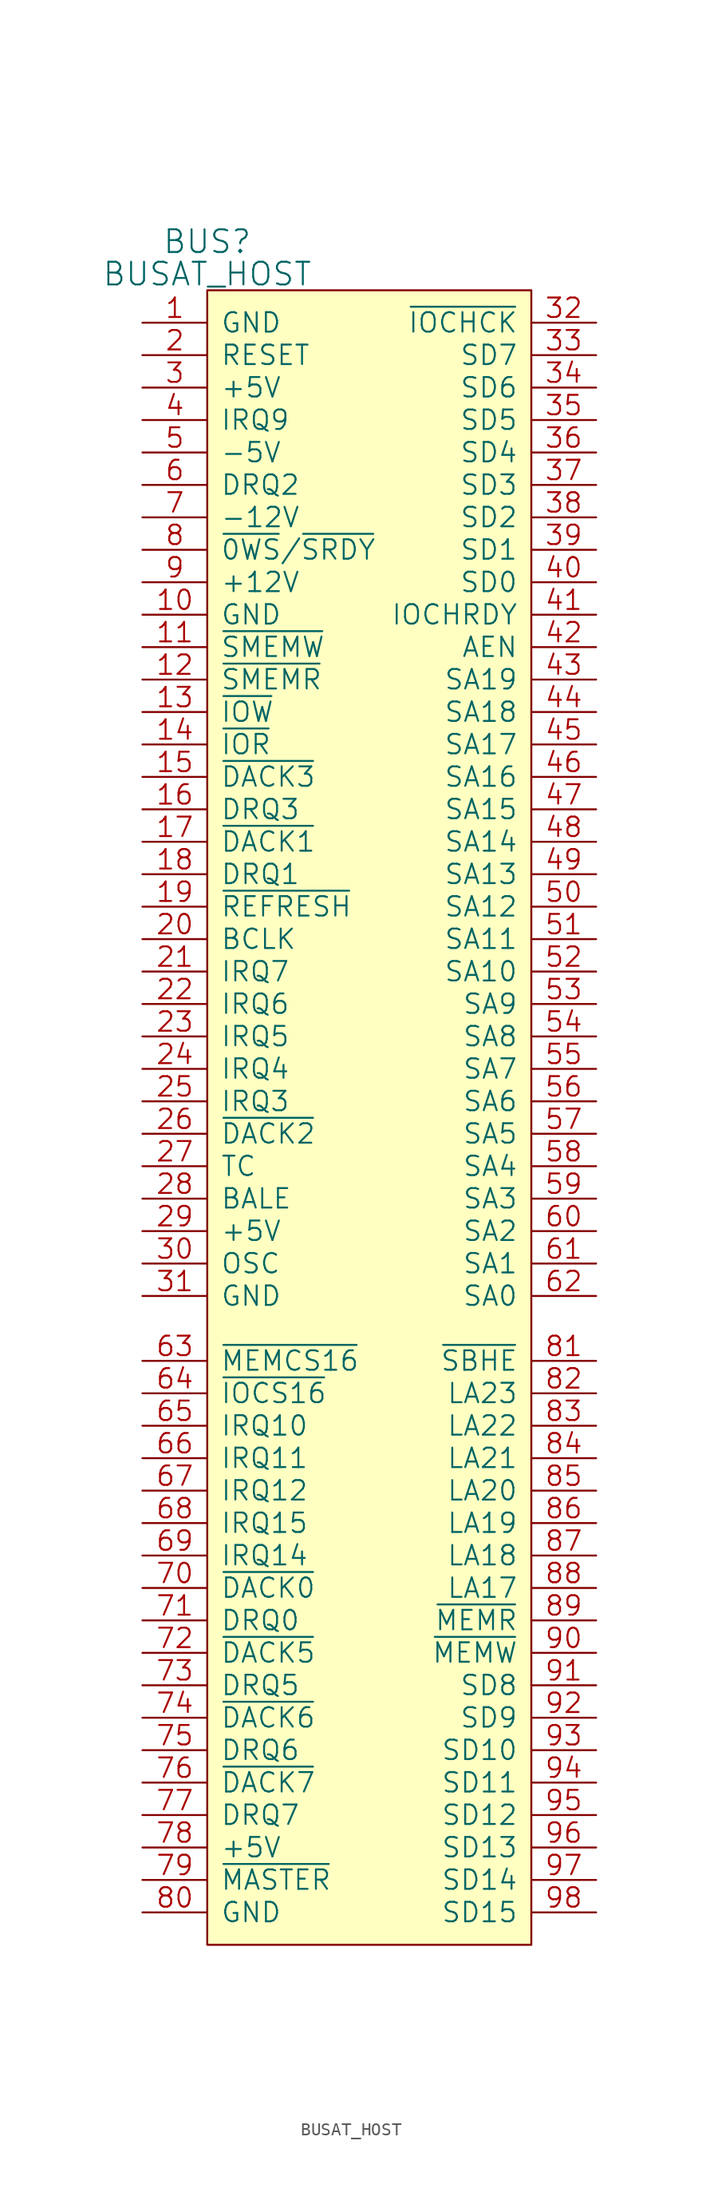
<source format=kicad_sym>
(kicad_symbol_lib
  (version 20211014)
  (generator kicad_symbol_editor)
  (symbol "BUSAT_HOST"
    (pin_names
      (offset 1.016))
    (property "Reference" "BUS"
      (at -12.7 68.58 0)
      (effects (font (size 1.778 1.778))))
    (property "Value" "BUSAT_HOST"
      (at -12.7 66.04 0)
      (effects (font (size 1.778 1.778))))
    (property "Footprint" ""
      (at 0 0 0)
      (effects (font (size 1.524 1.524))))
    (property "Datasheet" ""
      (at 0 0 0)
      (effects (font (size 1.524 1.524))))
    (symbol "BUSAT_HOST_0_1"
      (rectangle (start -12.7 -64.77) (end 12.7 64.77) (stroke (width 0) (type default) (color 0 0 0 0)) (fill (type background))))
    (symbol "BUSAT_HOST_1_1"
      (pin power_in line (at -17.78 62.23 0) (length 5.08) (name "GND" (effects (font (size 1.524 1.524)))) (number "1" (effects (font (size 1.524 1.524)))))
      (pin power_in line (at -17.78 39.37 0) (length 5.08) (name "GND" (effects (font (size 1.524 1.524)))) (number "10" (effects (font (size 1.524 1.524)))))
      (pin input line (at -17.78 36.83 0) (length 5.08) (name "~{SMEMW}" (effects (font (size 1.524 1.524)))) (number "11" (effects (font (size 1.524 1.524)))))
      (pin input line (at -17.78 34.29 0) (length 5.08) (name "~{SMEMR}" (effects (font (size 1.524 1.524)))) (number "12" (effects (font (size 1.524 1.524)))))
      (pin input line (at -17.78 31.75 0) (length 5.08) (name "~{IOW}" (effects (font (size 1.524 1.524)))) (number "13" (effects (font (size 1.524 1.524)))))
      (pin input line (at -17.78 29.21 0) (length 5.08) (name "~{IOR}" (effects (font (size 1.524 1.524)))) (number "14" (effects (font (size 1.524 1.524)))))
      (pin input line (at -17.78 26.67 0) (length 5.08) (name "~{DACK3}" (effects (font (size 1.524 1.524)))) (number "15" (effects (font (size 1.524 1.524)))))
      (pin open_collector line (at -17.78 24.13 0) (length 5.08) (name "DRQ3" (effects (font (size 1.524 1.524)))) (number "16" (effects (font (size 1.524 1.524)))))
      (pin input line (at -17.78 21.59 0) (length 5.08) (name "~{DACK1}" (effects (font (size 1.524 1.524)))) (number "17" (effects (font (size 1.524 1.524)))))
      (pin open_collector line (at -17.78 19.05 0) (length 5.08) (name "DRQ1" (effects (font (size 1.524 1.524)))) (number "18" (effects (font (size 1.524 1.524)))))
      (pin input line (at -17.78 16.51 0) (length 5.08) (name "~{REFRESH}" (effects (font (size 1.524 1.524)))) (number "19" (effects (font (size 1.524 1.524)))))
      (pin input line (at -17.78 59.69 0) (length 5.08) (name "RESET" (effects (font (size 1.524 1.524)))) (number "2" (effects (font (size 1.524 1.524)))))
      (pin input line (at -17.78 13.97 0) (length 5.08) (name "BCLK" (effects (font (size 1.524 1.524)))) (number "20" (effects (font (size 1.524 1.524)))))
      (pin open_collector line (at -17.78 11.43 0) (length 5.08) (name "IRQ7" (effects (font (size 1.524 1.524)))) (number "21" (effects (font (size 1.524 1.524)))))
      (pin open_collector line (at -17.78 8.89 0) (length 5.08) (name "IRQ6" (effects (font (size 1.524 1.524)))) (number "22" (effects (font (size 1.524 1.524)))))
      (pin open_collector line (at -17.78 6.35 0) (length 5.08) (name "IRQ5" (effects (font (size 1.524 1.524)))) (number "23" (effects (font (size 1.524 1.524)))))
      (pin open_collector line (at -17.78 3.81 0) (length 5.08) (name "IRQ4" (effects (font (size 1.524 1.524)))) (number "24" (effects (font (size 1.524 1.524)))))
      (pin open_collector line (at -17.78 1.27 0) (length 5.08) (name "IRQ3" (effects (font (size 1.524 1.524)))) (number "25" (effects (font (size 1.524 1.524)))))
      (pin input line (at -17.78 -1.27 0) (length 5.08) (name "~{DACK2}" (effects (font (size 1.524 1.524)))) (number "26" (effects (font (size 1.524 1.524)))))
      (pin input line (at -17.78 -3.81 0) (length 5.08) (name "TC" (effects (font (size 1.524 1.524)))) (number "27" (effects (font (size 1.524 1.524)))))
      (pin input line (at -17.78 -6.35 0) (length 5.08) (name "BALE" (effects (font (size 1.524 1.524)))) (number "28" (effects (font (size 1.524 1.524)))))
      (pin power_in line (at -17.78 -8.89 0) (length 5.08) (name "+5V" (effects (font (size 1.524 1.524)))) (number "29" (effects (font (size 1.524 1.524)))))
      (pin power_in line (at -17.78 57.15 0) (length 5.08) (name "+5V" (effects (font (size 1.524 1.524)))) (number "3" (effects (font (size 1.524 1.524)))))
      (pin input line (at -17.78 -11.43 0) (length 5.08) (name "OSC" (effects (font (size 1.524 1.524)))) (number "30" (effects (font (size 1.524 1.524)))))
      (pin power_in line (at -17.78 -13.97 0) (length 5.08) (name "GND" (effects (font (size 1.524 1.524)))) (number "31" (effects (font (size 1.524 1.524)))))
      (pin open_collector line (at 17.78 62.23 180) (length 5.08) (name "~{IOCHCK}" (effects (font (size 1.524 1.524)))) (number "32" (effects (font (size 1.524 1.524)))))
      (pin tri_state line (at 17.78 59.69 180) (length 5.08) (name "SD7" (effects (font (size 1.524 1.524)))) (number "33" (effects (font (size 1.524 1.524)))))
      (pin tri_state line (at 17.78 57.15 180) (length 5.08) (name "SD6" (effects (font (size 1.524 1.524)))) (number "34" (effects (font (size 1.524 1.524)))))
      (pin tri_state line (at 17.78 54.61 180) (length 5.08) (name "SD5" (effects (font (size 1.524 1.524)))) (number "35" (effects (font (size 1.524 1.524)))))
      (pin tri_state line (at 17.78 52.07 180) (length 5.08) (name "SD4" (effects (font (size 1.524 1.524)))) (number "36" (effects (font (size 1.524 1.524)))))
      (pin tri_state line (at 17.78 49.53 180) (length 5.08) (name "SD3" (effects (font (size 1.524 1.524)))) (number "37" (effects (font (size 1.524 1.524)))))
      (pin tri_state line (at 17.78 46.99 180) (length 5.08) (name "SD2" (effects (font (size 1.524 1.524)))) (number "38" (effects (font (size 1.524 1.524)))))
      (pin tri_state line (at 17.78 44.45 180) (length 5.08) (name "SD1" (effects (font (size 1.524 1.524)))) (number "39" (effects (font (size 1.524 1.524)))))
      (pin open_collector line (at -17.78 54.61 0) (length 5.08) (name "IRQ9" (effects (font (size 1.524 1.524)))) (number "4" (effects (font (size 1.524 1.524)))))
      (pin tri_state line (at 17.78 41.91 180) (length 5.08) (name "SD0" (effects (font (size 1.524 1.524)))) (number "40" (effects (font (size 1.524 1.524)))))
      (pin open_collector line (at 17.78 39.37 180) (length 5.08) (name "IOCHRDY" (effects (font (size 1.524 1.524)))) (number "41" (effects (font (size 1.524 1.524)))))
      (pin input line (at 17.78 36.83 180) (length 5.08) (name "AEN" (effects (font (size 1.524 1.524)))) (number "42" (effects (font (size 1.524 1.524)))))
      (pin input line (at 17.78 34.29 180) (length 5.08) (name "SA19" (effects (font (size 1.524 1.524)))) (number "43" (effects (font (size 1.524 1.524)))))
      (pin input line (at 17.78 31.75 180) (length 5.08) (name "SA18" (effects (font (size 1.524 1.524)))) (number "44" (effects (font (size 1.524 1.524)))))
      (pin input line (at 17.78 29.21 180) (length 5.08) (name "SA17" (effects (font (size 1.524 1.524)))) (number "45" (effects (font (size 1.524 1.524)))))
      (pin input line (at 17.78 26.67 180) (length 5.08) (name "SA16" (effects (font (size 1.524 1.524)))) (number "46" (effects (font (size 1.524 1.524)))))
      (pin input line (at 17.78 24.13 180) (length 5.08) (name "SA15" (effects (font (size 1.524 1.524)))) (number "47" (effects (font (size 1.524 1.524)))))
      (pin input line (at 17.78 21.59 180) (length 5.08) (name "SA14" (effects (font (size 1.524 1.524)))) (number "48" (effects (font (size 1.524 1.524)))))
      (pin input line (at 17.78 19.05 180) (length 5.08) (name "SA13" (effects (font (size 1.524 1.524)))) (number "49" (effects (font (size 1.524 1.524)))))
      (pin power_in line (at -17.78 52.07 0) (length 5.08) (name "-5V" (effects (font (size 1.524 1.524)))) (number "5" (effects (font (size 1.524 1.524)))))
      (pin input line (at 17.78 16.51 180) (length 5.08) (name "SA12" (effects (font (size 1.524 1.524)))) (number "50" (effects (font (size 1.524 1.524)))))
      (pin input line (at 17.78 13.97 180) (length 5.08) (name "SA11" (effects (font (size 1.524 1.524)))) (number "51" (effects (font (size 1.524 1.524)))))
      (pin input line (at 17.78 11.43 180) (length 5.08) (name "SA10" (effects (font (size 1.524 1.524)))) (number "52" (effects (font (size 1.524 1.524)))))
      (pin input line (at 17.78 8.89 180) (length 5.08) (name "SA9" (effects (font (size 1.524 1.524)))) (number "53" (effects (font (size 1.524 1.524)))))
      (pin input line (at 17.78 6.35 180) (length 5.08) (name "SA8" (effects (font (size 1.524 1.524)))) (number "54" (effects (font (size 1.524 1.524)))))
      (pin input line (at 17.78 3.81 180) (length 5.08) (name "SA7" (effects (font (size 1.524 1.524)))) (number "55" (effects (font (size 1.524 1.524)))))
      (pin input line (at 17.78 1.27 180) (length 5.08) (name "SA6" (effects (font (size 1.524 1.524)))) (number "56" (effects (font (size 1.524 1.524)))))
      (pin input line (at 17.78 -1.27 180) (length 5.08) (name "SA5" (effects (font (size 1.524 1.524)))) (number "57" (effects (font (size 1.524 1.524)))))
      (pin input line (at 17.78 -3.81 180) (length 5.08) (name "SA4" (effects (font (size 1.524 1.524)))) (number "58" (effects (font (size 1.524 1.524)))))
      (pin input line (at 17.78 -6.35 180) (length 5.08) (name "SA3" (effects (font (size 1.524 1.524)))) (number "59" (effects (font (size 1.524 1.524)))))
      (pin open_collector line (at -17.78 49.53 0) (length 5.08) (name "DRQ2" (effects (font (size 1.524 1.524)))) (number "6" (effects (font (size 1.524 1.524)))))
      (pin input line (at 17.78 -8.89 180) (length 5.08) (name "SA2" (effects (font (size 1.524 1.524)))) (number "60" (effects (font (size 1.524 1.524)))))
      (pin input line (at 17.78 -11.43 180) (length 5.08) (name "SA1" (effects (font (size 1.524 1.524)))) (number "61" (effects (font (size 1.524 1.524)))))
      (pin input line (at 17.78 -13.97 180) (length 5.08) (name "SA0" (effects (font (size 1.524 1.524)))) (number "62" (effects (font (size 1.524 1.524)))))
      (pin open_collector line (at -17.78 -19.05 0) (length 5.08) (name "~{MEMCS16}" (effects (font (size 1.524 1.524)))) (number "63" (effects (font (size 1.524 1.524)))))
      (pin open_collector line (at -17.78 -21.59 0) (length 5.08) (name "~{IOCS16}" (effects (font (size 1.524 1.524)))) (number "64" (effects (font (size 1.524 1.524)))))
      (pin open_collector line (at -17.78 -24.13 0) (length 5.08) (name "IRQ10" (effects (font (size 1.524 1.524)))) (number "65" (effects (font (size 1.524 1.524)))))
      (pin open_collector line (at -17.78 -26.67 0) (length 5.08) (name "IRQ11" (effects (font (size 1.524 1.524)))) (number "66" (effects (font (size 1.524 1.524)))))
      (pin open_collector line (at -17.78 -29.21 0) (length 5.08) (name "IRQ12" (effects (font (size 1.524 1.524)))) (number "67" (effects (font (size 1.524 1.524)))))
      (pin open_collector line (at -17.78 -31.75 0) (length 5.08) (name "IRQ15" (effects (font (size 1.524 1.524)))) (number "68" (effects (font (size 1.524 1.524)))))
      (pin open_collector line (at -17.78 -34.29 0) (length 5.08) (name "IRQ14" (effects (font (size 1.524 1.524)))) (number "69" (effects (font (size 1.524 1.524)))))
      (pin power_in line (at -17.78 46.99 0) (length 5.08) (name "-12V" (effects (font (size 1.524 1.524)))) (number "7" (effects (font (size 1.524 1.524)))))
      (pin input line (at -17.78 -36.83 0) (length 5.08) (name "~{DACK0}" (effects (font (size 1.524 1.524)))) (number "70" (effects (font (size 1.524 1.524)))))
      (pin open_collector line (at -17.78 -39.37 0) (length 5.08) (name "DRQ0" (effects (font (size 1.524 1.524)))) (number "71" (effects (font (size 1.524 1.524)))))
      (pin input line (at -17.78 -41.91 0) (length 5.08) (name "~{DACK5}" (effects (font (size 1.524 1.524)))) (number "72" (effects (font (size 1.524 1.524)))))
      (pin open_collector line (at -17.78 -44.45 0) (length 5.08) (name "DRQ5" (effects (font (size 1.524 1.524)))) (number "73" (effects (font (size 1.524 1.524)))))
      (pin input line (at -17.78 -46.99 0) (length 5.08) (name "~{DACK6}" (effects (font (size 1.524 1.524)))) (number "74" (effects (font (size 1.524 1.524)))))
      (pin open_collector line (at -17.78 -49.53 0) (length 5.08) (name "DRQ6" (effects (font (size 1.524 1.524)))) (number "75" (effects (font (size 1.524 1.524)))))
      (pin input line (at -17.78 -52.07 0) (length 5.08) (name "~{DACK7}" (effects (font (size 1.524 1.524)))) (number "76" (effects (font (size 1.524 1.524)))))
      (pin open_collector line (at -17.78 -54.61 0) (length 5.08) (name "DRQ7" (effects (font (size 1.524 1.524)))) (number "77" (effects (font (size 1.524 1.524)))))
      (pin power_in line (at -17.78 -57.15 0) (length 5.08) (name "+5V" (effects (font (size 1.524 1.524)))) (number "78" (effects (font (size 1.524 1.524)))))
      (pin open_collector line (at -17.78 -59.69 0) (length 5.08) (name "~{MASTER}" (effects (font (size 1.524 1.524)))) (number "79" (effects (font (size 1.524 1.524)))))
      (pin open_collector line (at -17.78 44.45 0) (length 5.08) (name "~{0WS}/~{SRDY}" (effects (font (size 1.524 1.524)))) (number "8" (effects (font (size 1.524 1.524)))))
      (pin power_in line (at -17.78 -62.23 0) (length 5.08) (name "GND" (effects (font (size 1.524 1.524)))) (number "80" (effects (font (size 1.524 1.524)))))
      (pin open_collector line (at 17.78 -19.05 180) (length 5.08) (name "~{SBHE}" (effects (font (size 1.524 1.524)))) (number "81" (effects (font (size 1.524 1.524)))))
      (pin input line (at 17.78 -21.59 180) (length 5.08) (name "LA23" (effects (font (size 1.524 1.524)))) (number "82" (effects (font (size 1.524 1.524)))))
      (pin input line (at 17.78 -24.13 180) (length 5.08) (name "LA22" (effects (font (size 1.524 1.524)))) (number "83" (effects (font (size 1.524 1.524)))))
      (pin input line (at 17.78 -26.67 180) (length 5.08) (name "LA21" (effects (font (size 1.524 1.524)))) (number "84" (effects (font (size 1.524 1.524)))))
      (pin input line (at 17.78 -29.21 180) (length 5.08) (name "LA20" (effects (font (size 1.524 1.524)))) (number "85" (effects (font (size 1.524 1.524)))))
      (pin input line (at 17.78 -31.75 180) (length 5.08) (name "LA19" (effects (font (size 1.524 1.524)))) (number "86" (effects (font (size 1.524 1.524)))))
      (pin input line (at 17.78 -34.29 180) (length 5.08) (name "LA18" (effects (font (size 1.524 1.524)))) (number "87" (effects (font (size 1.524 1.524)))))
      (pin input line (at 17.78 -36.83 180) (length 5.08) (name "LA17" (effects (font (size 1.524 1.524)))) (number "88" (effects (font (size 1.524 1.524)))))
      (pin input line (at 17.78 -39.37 180) (length 5.08) (name "~{MEMR}" (effects (font (size 1.524 1.524)))) (number "89" (effects (font (size 1.524 1.524)))))
      (pin power_in line (at -17.78 41.91 0) (length 5.08) (name "+12V" (effects (font (size 1.524 1.524)))) (number "9" (effects (font (size 1.524 1.524)))))
      (pin input line (at 17.78 -41.91 180) (length 5.08) (name "~{MEMW}" (effects (font (size 1.524 1.524)))) (number "90" (effects (font (size 1.524 1.524)))))
      (pin tri_state line (at 17.78 -44.45 180) (length 5.08) (name "SD8" (effects (font (size 1.524 1.524)))) (number "91" (effects (font (size 1.524 1.524)))))
      (pin tri_state line (at 17.78 -46.99 180) (length 5.08) (name "SD9" (effects (font (size 1.524 1.524)))) (number "92" (effects (font (size 1.524 1.524)))))
      (pin tri_state line (at 17.78 -49.53 180) (length 5.08) (name "SD10" (effects (font (size 1.524 1.524)))) (number "93" (effects (font (size 1.524 1.524)))))
      (pin tri_state line (at 17.78 -52.07 180) (length 5.08) (name "SD11" (effects (font (size 1.524 1.524)))) (number "94" (effects (font (size 1.524 1.524)))))
      (pin tri_state line (at 17.78 -54.61 180) (length 5.08) (name "SD12" (effects (font (size 1.524 1.524)))) (number "95" (effects (font (size 1.524 1.524)))))
      (pin tri_state line (at 17.78 -57.15 180) (length 5.08) (name "SD13" (effects (font (size 1.524 1.524)))) (number "96" (effects (font (size 1.524 1.524)))))
      (pin tri_state line (at 17.78 -59.69 180) (length 5.08) (name "SD14" (effects (font (size 1.524 1.524)))) (number "97" (effects (font (size 1.524 1.524)))))
      (pin tri_state line (at 17.78 -62.23 180) (length 5.08) (name "SD15" (effects (font (size 1.524 1.524)))) (number "98" (effects (font (size 1.524 1.524))))))))
</source>
